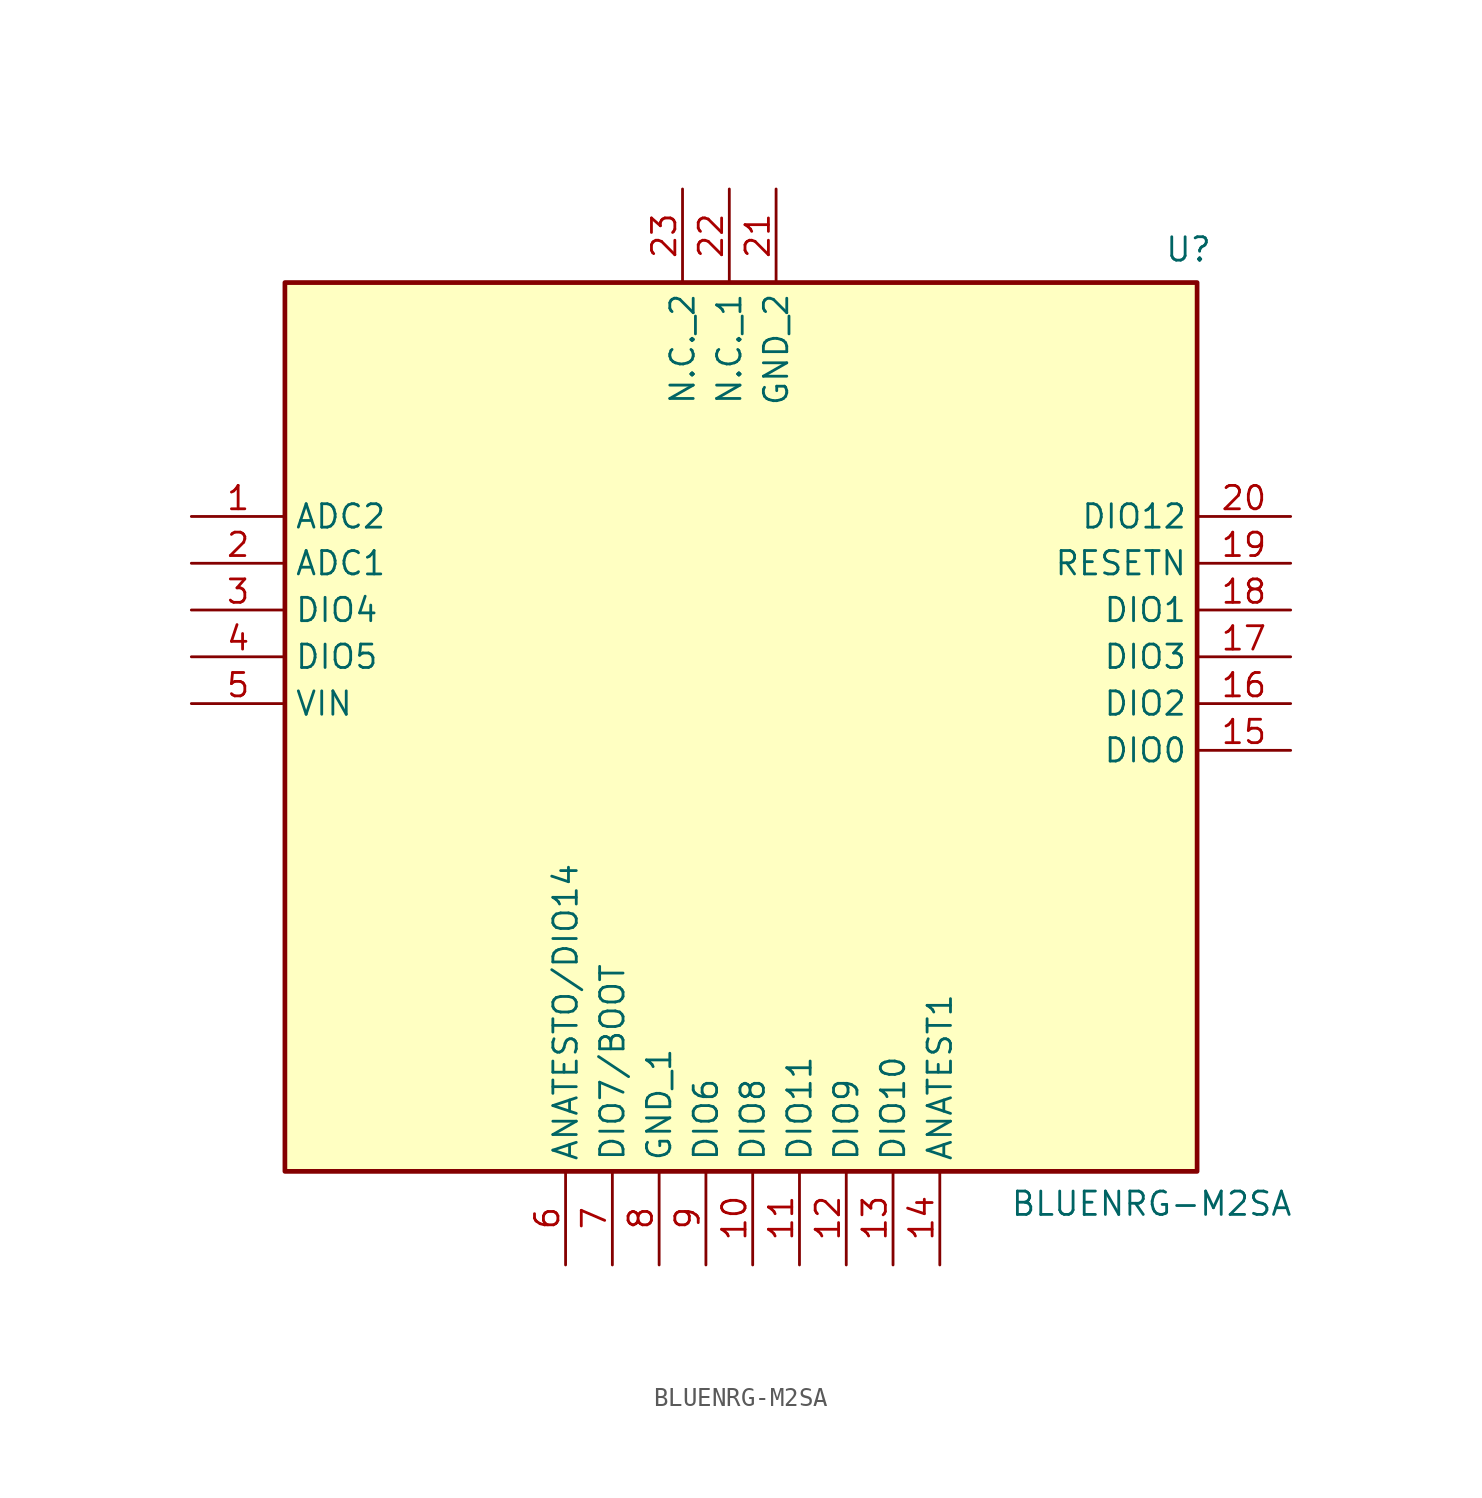
<source format=kicad_sym>
(kicad_symbol_lib
  (version 20231120)
  (generator "kicad_symbol_editor")
  (generator_version "8.0")
  (symbol "BLUENRG-M2SA"
    (property "Reference" "U"
      (at 23.622 25.4 0)
      (effects (font (size 1.27 1.27)) (justify left top)))
    (property "Value" "BLUENRG-M2SA"
      (at 15.24 -26.416 0)
      (effects (font (size 1.27 1.27)) (justify left top)))
    (symbol "BLUENRG-M2SA_1_1"
      (rectangle (start -24.13 22.86) (end 25.4 -25.4) (stroke (width 0.254) (type default)) (fill (type background)))
      (pin passive line (at -29.21 10.16 0) (length 5.08) (name "ADC2" (effects (font (size 1.27 1.27)))) (number "1" (effects (font (size 1.27 1.27)))))
      (pin passive line (at 1.27 -30.48 90) (length 5.08) (name "DIO8" (effects (font (size 1.27 1.27)))) (number "10" (effects (font (size 1.27 1.27)))))
      (pin passive line (at 3.81 -30.48 90) (length 5.08) (name "DIO11" (effects (font (size 1.27 1.27)))) (number "11" (effects (font (size 1.27 1.27)))))
      (pin passive line (at 6.35 -30.48 90) (length 5.08) (name "DIO9" (effects (font (size 1.27 1.27)))) (number "12" (effects (font (size 1.27 1.27)))))
      (pin passive line (at 8.89 -30.48 90) (length 5.08) (name "DIO10" (effects (font (size 1.27 1.27)))) (number "13" (effects (font (size 1.27 1.27)))))
      (pin passive line (at 11.43 -30.48 90) (length 5.08) (name "ANATEST1" (effects (font (size 1.27 1.27)))) (number "14" (effects (font (size 1.27 1.27)))))
      (pin passive line (at 30.48 -2.54 180) (length 5.08) (name "DIO0" (effects (font (size 1.27 1.27)))) (number "15" (effects (font (size 1.27 1.27)))))
      (pin passive line (at 30.48 0 180) (length 5.08) (name "DIO2" (effects (font (size 1.27 1.27)))) (number "16" (effects (font (size 1.27 1.27)))))
      (pin passive line (at 30.48 2.54 180) (length 5.08) (name "DIO3" (effects (font (size 1.27 1.27)))) (number "17" (effects (font (size 1.27 1.27)))))
      (pin passive line (at 30.48 5.08 180) (length 5.08) (name "DIO1" (effects (font (size 1.27 1.27)))) (number "18" (effects (font (size 1.27 1.27)))))
      (pin passive line (at 30.48 7.62 180) (length 5.08) (name "RESETN" (effects (font (size 1.27 1.27)))) (number "19" (effects (font (size 1.27 1.27)))))
      (pin passive line (at -29.21 7.62 0) (length 5.08) (name "ADC1" (effects (font (size 1.27 1.27)))) (number "2" (effects (font (size 1.27 1.27)))))
      (pin passive line (at 30.48 10.16 180) (length 5.08) (name "DIO12" (effects (font (size 1.27 1.27)))) (number "20" (effects (font (size 1.27 1.27)))))
      (pin passive line (at 2.54 27.94 270) (length 5.08) (name "GND_2" (effects (font (size 1.27 1.27)))) (number "21" (effects (font (size 1.27 1.27)))))
      (pin passive line (at 0 27.94 270) (length 5.08) (name "N.C._1" (effects (font (size 1.27 1.27)))) (number "22" (effects (font (size 1.27 1.27)))))
      (pin passive line (at -2.54 27.94 270) (length 5.08) (name "N.C._2" (effects (font (size 1.27 1.27)))) (number "23" (effects (font (size 1.27 1.27)))))
      (pin passive line (at -29.21 5.08 0) (length 5.08) (name "DIO4" (effects (font (size 1.27 1.27)))) (number "3" (effects (font (size 1.27 1.27)))))
      (pin passive line (at -29.21 2.54 0) (length 5.08) (name "DIO5" (effects (font (size 1.27 1.27)))) (number "4" (effects (font (size 1.27 1.27)))))
      (pin passive line (at -29.21 0 0) (length 5.08) (name "VIN" (effects (font (size 1.27 1.27)))) (number "5" (effects (font (size 1.27 1.27)))))
      (pin passive line (at -8.89 -30.48 90) (length 5.08) (name "ANATESTO/DIO14" (effects (font (size 1.27 1.27)))) (number "6" (effects (font (size 1.27 1.27)))))
      (pin passive line (at -6.35 -30.48 90) (length 5.08) (name "DIO7/BOOT" (effects (font (size 1.27 1.27)))) (number "7" (effects (font (size 1.27 1.27)))))
      (pin passive line (at -3.81 -30.48 90) (length 5.08) (name "GND_1" (effects (font (size 1.27 1.27)))) (number "8" (effects (font (size 1.27 1.27)))))
      (pin passive line (at -1.27 -30.48 90) (length 5.08) (name "DIO6" (effects (font (size 1.27 1.27)))) (number "9" (effects (font (size 1.27 1.27))))))))
</source>
